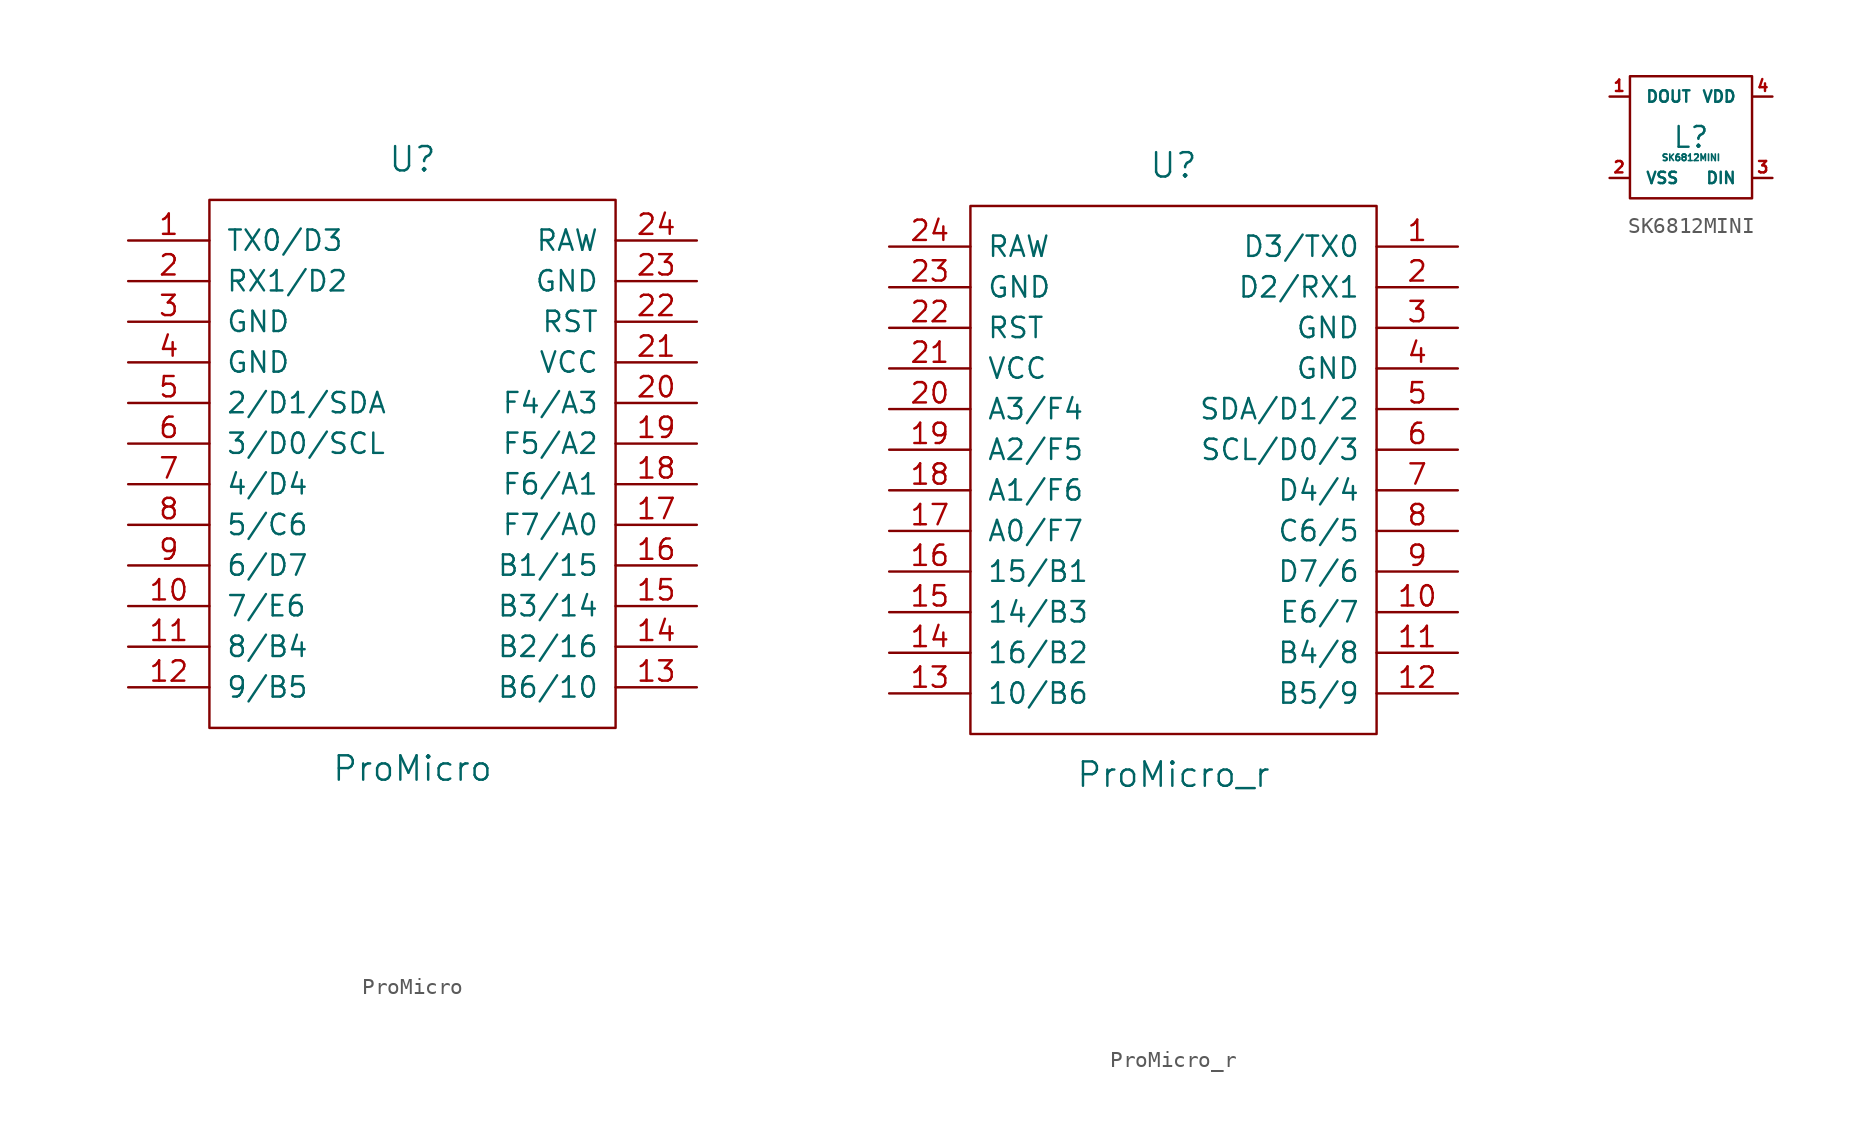
<source format=kicad_sym>
(kicad_symbol_lib
  (version 20211014)
  (generator kicad_symbol_editor)
  (symbol "ProMicro"
    (pin_names
      (offset 1.016))
    (property "Reference" "U"
      (at 0 19.05 0)
      (effects (font (size 1.524 1.524))))
    (property "Value" "ProMicro"
      (at 0 -19.05 0)
      (effects (font (size 1.524 1.524))))
    (property "Footprint" ""
      (at 2.54 -26.67 0)
      (effects (font (size 1.524 1.524))))
    (property "Datasheet" ""
      (at 2.54 -26.67 0)
      (effects (font (size 1.524 1.524))))
    (symbol "ProMicro_0_1"
      (rectangle (start -12.7 16.51) (end 12.7 -16.51) (stroke (width 0) (type default) (color 0 0 0 0)) (fill (type none))))
    (symbol "ProMicro_1_1"
      (pin bidirectional line (at -17.78 13.97 0) (length 5.08) (name "TX0/D3" (effects (font (size 1.27 1.27)))) (number "1" (effects (font (size 1.27 1.27)))))
      (pin bidirectional line (at -17.78 -8.89 0) (length 5.08) (name "7/E6" (effects (font (size 1.27 1.27)))) (number "10" (effects (font (size 1.27 1.27)))))
      (pin bidirectional line (at -17.78 -11.43 0) (length 5.08) (name "8/B4" (effects (font (size 1.27 1.27)))) (number "11" (effects (font (size 1.27 1.27)))))
      (pin bidirectional line (at -17.78 -13.97 0) (length 5.08) (name "9/B5" (effects (font (size 1.27 1.27)))) (number "12" (effects (font (size 1.27 1.27)))))
      (pin bidirectional line (at 17.78 -13.97 180) (length 5.08) (name "B6/10" (effects (font (size 1.27 1.27)))) (number "13" (effects (font (size 1.27 1.27)))))
      (pin bidirectional line (at 17.78 -11.43 180) (length 5.08) (name "B2/16" (effects (font (size 1.27 1.27)))) (number "14" (effects (font (size 1.27 1.27)))))
      (pin bidirectional line (at 17.78 -8.89 180) (length 5.08) (name "B3/14" (effects (font (size 1.27 1.27)))) (number "15" (effects (font (size 1.27 1.27)))))
      (pin bidirectional line (at 17.78 -6.35 180) (length 5.08) (name "B1/15" (effects (font (size 1.27 1.27)))) (number "16" (effects (font (size 1.27 1.27)))))
      (pin bidirectional line (at 17.78 -3.81 180) (length 5.08) (name "F7/A0" (effects (font (size 1.27 1.27)))) (number "17" (effects (font (size 1.27 1.27)))))
      (pin bidirectional line (at 17.78 -1.27 180) (length 5.08) (name "F6/A1" (effects (font (size 1.27 1.27)))) (number "18" (effects (font (size 1.27 1.27)))))
      (pin bidirectional line (at 17.78 1.27 180) (length 5.08) (name "F5/A2" (effects (font (size 1.27 1.27)))) (number "19" (effects (font (size 1.27 1.27)))))
      (pin bidirectional line (at -17.78 11.43 0) (length 5.08) (name "RX1/D2" (effects (font (size 1.27 1.27)))) (number "2" (effects (font (size 1.27 1.27)))))
      (pin bidirectional line (at 17.78 3.81 180) (length 5.08) (name "F4/A3" (effects (font (size 1.27 1.27)))) (number "20" (effects (font (size 1.27 1.27)))))
      (pin power_in line (at 17.78 6.35 180) (length 5.08) (name "VCC" (effects (font (size 1.27 1.27)))) (number "21" (effects (font (size 1.27 1.27)))))
      (pin input line (at 17.78 8.89 180) (length 5.08) (name "RST" (effects (font (size 1.27 1.27)))) (number "22" (effects (font (size 1.27 1.27)))))
      (pin power_in line (at 17.78 11.43 180) (length 5.08) (name "GND" (effects (font (size 1.27 1.27)))) (number "23" (effects (font (size 1.27 1.27)))))
      (pin power_out line (at 17.78 13.97 180) (length 5.08) (name "RAW" (effects (font (size 1.27 1.27)))) (number "24" (effects (font (size 1.27 1.27)))))
      (pin power_in line (at -17.78 8.89 0) (length 5.08) (name "GND" (effects (font (size 1.27 1.27)))) (number "3" (effects (font (size 1.27 1.27)))))
      (pin power_in line (at -17.78 6.35 0) (length 5.08) (name "GND" (effects (font (size 1.27 1.27)))) (number "4" (effects (font (size 1.27 1.27)))))
      (pin bidirectional line (at -17.78 3.81 0) (length 5.08) (name "2/D1/SDA" (effects (font (size 1.27 1.27)))) (number "5" (effects (font (size 1.27 1.27)))))
      (pin bidirectional line (at -17.78 1.27 0) (length 5.08) (name "3/D0/SCL" (effects (font (size 1.27 1.27)))) (number "6" (effects (font (size 1.27 1.27)))))
      (pin bidirectional line (at -17.78 -1.27 0) (length 5.08) (name "4/D4" (effects (font (size 1.27 1.27)))) (number "7" (effects (font (size 1.27 1.27)))))
      (pin bidirectional line (at -17.78 -3.81 0) (length 5.08) (name "5/C6" (effects (font (size 1.27 1.27)))) (number "8" (effects (font (size 1.27 1.27)))))
      (pin bidirectional line (at -17.78 -6.35 0) (length 5.08) (name "6/D7" (effects (font (size 1.27 1.27)))) (number "9" (effects (font (size 1.27 1.27)))))))
  (symbol "ProMicro_r"
    (pin_names
      (offset 1.016))
    (property "Reference" "U"
      (at 1.27 22.86 0)
      (effects (font (size 1.524 1.524))))
    (property "Value" "ProMicro_r"
      (at 1.27 -15.24 0)
      (effects (font (size 1.524 1.524))))
    (property "Footprint" ""
      (at 3.81 -26.67 0)
      (effects (font (size 1.524 1.524))))
    (property "Datasheet" ""
      (at 3.81 -26.67 0)
      (effects (font (size 1.524 1.524))))
    (symbol "ProMicro_r_0_1"
      (rectangle (start 13.97 20.32) (end -11.43 -12.7) (stroke (width 0) (type default) (color 0 0 0 0)) (fill (type none))))
    (symbol "ProMicro_r_1_1"
      (pin bidirectional line (at 19.05 17.78 180) (length 5.08) (name "D3/TX0" (effects (font (size 1.27 1.27)))) (number "1" (effects (font (size 1.27 1.27)))))
      (pin bidirectional line (at 19.05 -5.08 180) (length 5.08) (name "E6/7" (effects (font (size 1.27 1.27)))) (number "10" (effects (font (size 1.27 1.27)))))
      (pin bidirectional line (at 19.05 -7.62 180) (length 5.08) (name "B4/8" (effects (font (size 1.27 1.27)))) (number "11" (effects (font (size 1.27 1.27)))))
      (pin bidirectional line (at 19.05 -10.16 180) (length 5.08) (name "B5/9" (effects (font (size 1.27 1.27)))) (number "12" (effects (font (size 1.27 1.27)))))
      (pin bidirectional line (at -16.51 -10.16 0) (length 5.08) (name "10/B6" (effects (font (size 1.27 1.27)))) (number "13" (effects (font (size 1.27 1.27)))))
      (pin bidirectional line (at -16.51 -7.62 0) (length 5.08) (name "16/B2" (effects (font (size 1.27 1.27)))) (number "14" (effects (font (size 1.27 1.27)))))
      (pin bidirectional line (at -16.51 -5.08 0) (length 5.08) (name "14/B3" (effects (font (size 1.27 1.27)))) (number "15" (effects (font (size 1.27 1.27)))))
      (pin bidirectional line (at -16.51 -2.54 0) (length 5.08) (name "15/B1" (effects (font (size 1.27 1.27)))) (number "16" (effects (font (size 1.27 1.27)))))
      (pin bidirectional line (at -16.51 0 0) (length 5.08) (name "A0/F7" (effects (font (size 1.27 1.27)))) (number "17" (effects (font (size 1.27 1.27)))))
      (pin bidirectional line (at -16.51 2.54 0) (length 5.08) (name "A1/F6" (effects (font (size 1.27 1.27)))) (number "18" (effects (font (size 1.27 1.27)))))
      (pin bidirectional line (at -16.51 5.08 0) (length 5.08) (name "A2/F5" (effects (font (size 1.27 1.27)))) (number "19" (effects (font (size 1.27 1.27)))))
      (pin bidirectional line (at 19.05 15.24 180) (length 5.08) (name "D2/RX1" (effects (font (size 1.27 1.27)))) (number "2" (effects (font (size 1.27 1.27)))))
      (pin bidirectional line (at -16.51 7.62 0) (length 5.08) (name "A3/F4" (effects (font (size 1.27 1.27)))) (number "20" (effects (font (size 1.27 1.27)))))
      (pin power_in line (at -16.51 10.16 0) (length 5.08) (name "VCC" (effects (font (size 1.27 1.27)))) (number "21" (effects (font (size 1.27 1.27)))))
      (pin input line (at -16.51 12.7 0) (length 5.08) (name "RST" (effects (font (size 1.27 1.27)))) (number "22" (effects (font (size 1.27 1.27)))))
      (pin power_in line (at -16.51 15.24 0) (length 5.08) (name "GND" (effects (font (size 1.27 1.27)))) (number "23" (effects (font (size 1.27 1.27)))))
      (pin power_out line (at -16.51 17.78 0) (length 5.08) (name "RAW" (effects (font (size 1.27 1.27)))) (number "24" (effects (font (size 1.27 1.27)))))
      (pin power_in line (at 19.05 12.7 180) (length 5.08) (name "GND" (effects (font (size 1.27 1.27)))) (number "3" (effects (font (size 1.27 1.27)))))
      (pin power_in line (at 19.05 10.16 180) (length 5.08) (name "GND" (effects (font (size 1.27 1.27)))) (number "4" (effects (font (size 1.27 1.27)))))
      (pin bidirectional line (at 19.05 7.62 180) (length 5.08) (name "SDA/D1/2" (effects (font (size 1.27 1.27)))) (number "5" (effects (font (size 1.27 1.27)))))
      (pin bidirectional line (at 19.05 5.08 180) (length 5.08) (name "SCL/D0/3" (effects (font (size 1.27 1.27)))) (number "6" (effects (font (size 1.27 1.27)))))
      (pin bidirectional line (at 19.05 2.54 180) (length 5.08) (name "D4/4" (effects (font (size 1.27 1.27)))) (number "7" (effects (font (size 1.27 1.27)))))
      (pin bidirectional line (at 19.05 0 180) (length 5.08) (name "C6/5" (effects (font (size 1.27 1.27)))) (number "8" (effects (font (size 1.27 1.27)))))
      (pin bidirectional line (at 19.05 -2.54 180) (length 5.08) (name "D7/6" (effects (font (size 1.27 1.27)))) (number "9" (effects (font (size 1.27 1.27)))))))
  (symbol "SK6812MINI"
    (pin_names
      (offset 1.016))
    (property "Reference" "L"
      (at 0 0 0)
      (effects (font (size 1.295 1.295))))
    (property "Value" "SK6812MINI"
      (at 0 -1.27 0)
      (effects (font (size 0.406 0.406))))
    (symbol "SK6812MINI_0_1"
      (rectangle (start -3.81 3.81) (end 3.81 -3.81) (stroke (width 0) (type default) (color 0 0 0 0)) (fill (type none))))
    (symbol "SK6812MINI_1_1"
      (pin output line (at -5.08 2.54 0) (length 1.194) (name "DOUT" (effects (font (size 0.711 0.711)))) (number "1" (effects (font (size 0.711 0.711)))))
      (pin power_in line (at -5.08 -2.54 0) (length 1.194) (name "VSS" (effects (font (size 0.711 0.711)))) (number "2" (effects (font (size 0.711 0.711)))))
      (pin input line (at 5.08 -2.54 180) (length 1.194) (name "DIN" (effects (font (size 0.711 0.711)))) (number "3" (effects (font (size 0.711 0.711)))))
      (pin power_in line (at 5.08 2.54 180) (length 1.194) (name "VDD" (effects (font (size 0.711 0.711)))) (number "4" (effects (font (size 0.711 0.711))))))))
</source>
